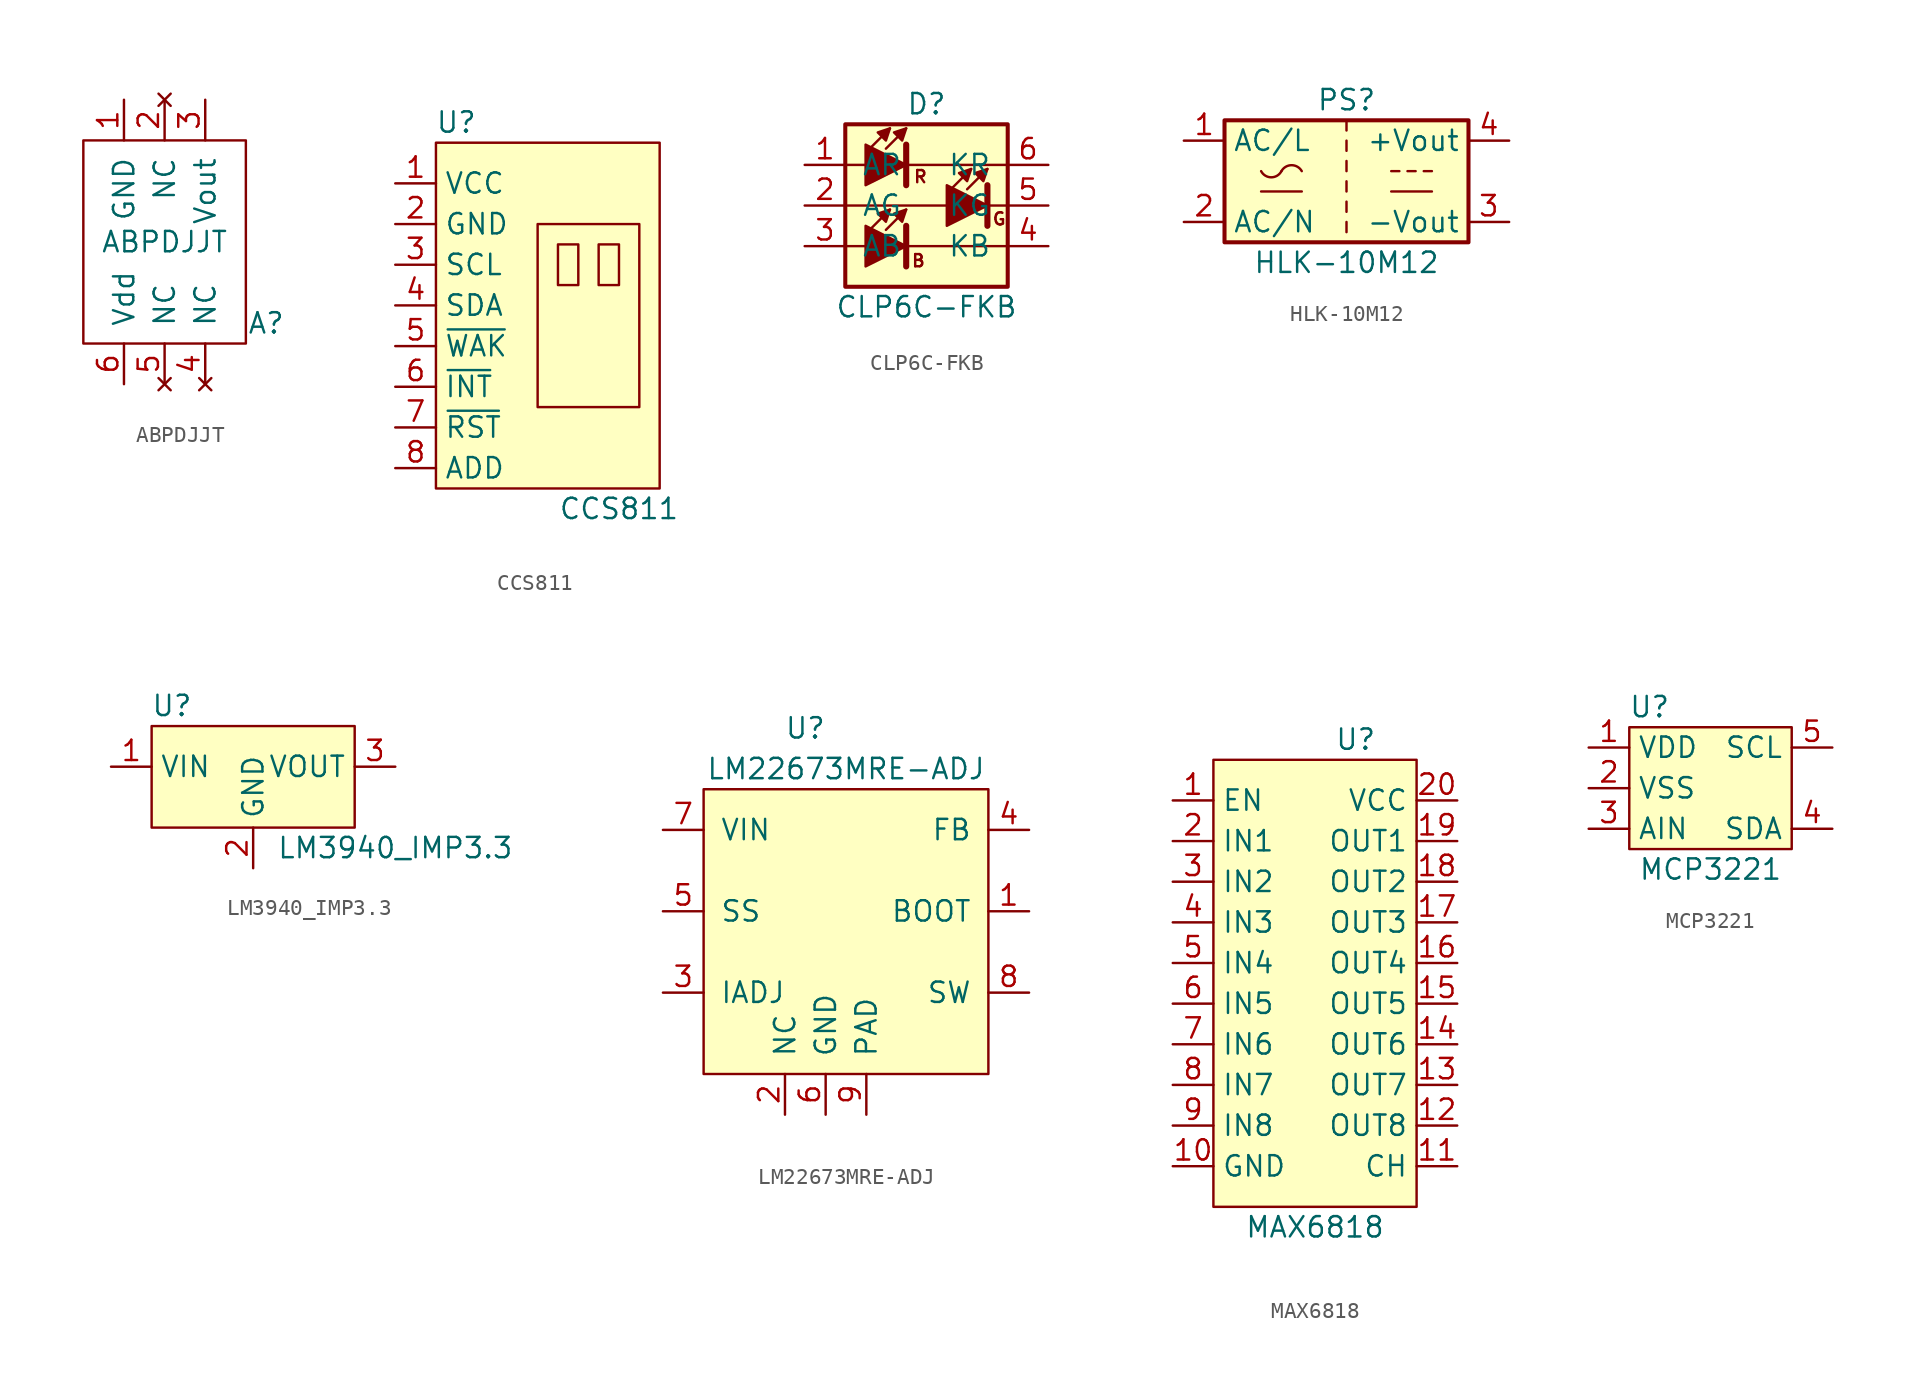
<source format=kicad_sym>
(kicad_symbol_lib
  (version 20220914)
  (generator kicad_symbol_editor)
  (symbol "ABPDJJT"
    (pin_names
      (offset 1.016))
    (property "Reference" "A"
      (at 6.35 -5.08 0)
      (effects (font (size 1.27 1.27))))
    (property "Value" "ABPDJJT"
      (at 0 0 0)
      (effects (font (size 1.27 1.27))))
    (symbol "ABPDJJT_0_1"
      (rectangle (start -5.08 6.35) (end 5.08 -6.35) (stroke (width 0) (type default)) (fill (type none))))
    (symbol "ABPDJJT_1_1"
      (pin power_in line (at -2.54 8.89 270) (length 2.54) (name "GND" (effects (font (size 1.27 1.27)))) (number "1" (effects (font (size 1.27 1.27)))))
      (pin no_connect line (at 0 8.89 270) (length 2.54) (name "NC" (effects (font (size 1.27 1.27)))) (number "2" (effects (font (size 1.27 1.27)))))
      (pin output line (at 2.54 8.89 270) (length 2.54) (name "Vout" (effects (font (size 1.27 1.27)))) (number "3" (effects (font (size 1.27 1.27)))))
      (pin no_connect line (at 2.54 -8.89 90) (length 2.54) (name "NC" (effects (font (size 1.27 1.27)))) (number "4" (effects (font (size 1.27 1.27)))))
      (pin no_connect line (at 0 -8.89 90) (length 2.54) (name "NC" (effects (font (size 1.27 1.27)))) (number "5" (effects (font (size 1.27 1.27)))))
      (pin power_in line (at -2.54 -8.89 90) (length 2.54) (name "Vdd" (effects (font (size 1.27 1.27)))) (number "6" (effects (font (size 1.27 1.27)))))))
  (symbol "CCS811"
    (property "Reference" "U"
      (at -5.08 12.7 0)
      (effects (font (size 1.27 1.27))))
    (property "Value" "CCS811"
      (at 5.08 -11.43 0)
      (effects (font (size 1.27 1.27))))
    (symbol "CCS811_0_1"
      (rectangle (start -6.35 11.43) (end 7.62 -10.16) (stroke (width 0) (type default)) (fill (type background)))
      (rectangle (start 0 6.35) (end 6.35 -5.08) (stroke (width 0) (type default)) (fill (type none)))
      (rectangle (start 1.27 5.08) (end 2.54 2.54) (stroke (width 0) (type default)) (fill (type none)))
      (rectangle (start 3.81 5.08) (end 5.08 2.54) (stroke (width 0) (type default)) (fill (type none))))
    (symbol "CCS811_1_1"
      (pin power_in line (at -8.89 8.89 0) (length 2.54) (name "VCC" (effects (font (size 1.27 1.27)))) (number "1" (effects (font (size 1.27 1.27)))))
      (pin power_in line (at -8.89 6.35 0) (length 2.54) (name "GND" (effects (font (size 1.27 1.27)))) (number "2" (effects (font (size 1.27 1.27)))))
      (pin open_collector line (at -8.89 3.81 0) (length 2.54) (name "SCL" (effects (font (size 1.27 1.27)))) (number "3" (effects (font (size 1.27 1.27)))))
      (pin open_collector line (at -8.89 1.27 0) (length 2.54) (name "SDA" (effects (font (size 1.27 1.27)))) (number "4" (effects (font (size 1.27 1.27)))))
      (pin input line (at -8.89 -1.27 0) (length 2.54) (name "~{WAK}" (effects (font (size 1.27 1.27)))) (number "5" (effects (font (size 1.27 1.27)))))
      (pin output line (at -8.89 -3.81 0) (length 2.54) (name "~{INT}" (effects (font (size 1.27 1.27)))) (number "6" (effects (font (size 1.27 1.27)))))
      (pin input line (at -8.89 -6.35 0) (length 2.54) (name "~{RST}" (effects (font (size 1.27 1.27)))) (number "7" (effects (font (size 1.27 1.27)))))
      (pin input line (at -8.89 -8.89 0) (length 2.54) (name "ADD" (effects (font (size 1.27 1.27)))) (number "8" (effects (font (size 1.27 1.27)))))))
  (symbol "CLP6C-FKB"
    (pin_names
      (offset 1.016))
    (property "Reference" "D"
      (at 0 6.35 0)
      (effects (font (size 1.27 1.27))))
    (property "Value" "CLP6C-FKB"
      (at 0 -6.35 0)
      (effects (font (size 1.27 1.27))))
    (symbol "CLP6C-FKB_0_0"
      (text "B" (at -0.508 -3.454 0) (effects (font (size 0.762 0.762))))
      (text "G" (at 4.547 -0.838 0) (effects (font (size 0.762 0.762))))
      (text "R" (at -0.381 1.803 0) (effects (font (size 0.762 0.762)))))
    (symbol "CLP6C-FKB_0_1"
      (rectangle (start -5.08 5.08) (end 5.08 -5.08) (stroke (width 0.254) (type default)) (fill (type background)))
      (polyline (pts (xy -5.08 -2.54) (xy -3.81 -2.54)) (stroke (width 0) (type default)) (fill (type none)))
      (polyline (pts (xy -5.08 0) (xy 1.27 0)) (stroke (width 0) (type default)) (fill (type none)))
      (polyline (pts (xy -3.81 2.54) (xy -5.08 2.54)) (stroke (width 0) (type default)) (fill (type none)))
      (polyline (pts (xy -3.556 -1.524) (xy -2.286 -0.254)) (stroke (width 0) (type default)) (fill (type none)))
      (polyline (pts (xy -3.556 3.556) (xy -2.286 4.826)) (stroke (width 0) (type default)) (fill (type none)))
      (polyline (pts (xy -2.54 -1.524) (xy -1.27 -0.254)) (stroke (width 0) (type default)) (fill (type none)))
      (polyline (pts (xy -2.54 3.556) (xy -1.27 4.826)) (stroke (width 0) (type default)) (fill (type none)))
      (polyline (pts (xy -1.27 -2.54) (xy 5.08 -2.54)) (stroke (width 0) (type default)) (fill (type none)))
      (polyline (pts (xy -1.27 -1.27) (xy -1.27 -3.81)) (stroke (width 0.381) (type default)) (fill (type none)))
      (polyline (pts (xy -1.27 2.54) (xy 5.08 2.54)) (stroke (width 0) (type default)) (fill (type none)))
      (polyline (pts (xy -1.27 3.81) (xy -1.27 1.27)) (stroke (width 0.381) (type default)) (fill (type none)))
      (polyline (pts (xy 1.524 1.016) (xy 2.794 2.286)) (stroke (width 0) (type default)) (fill (type none)))
      (polyline (pts (xy 2.54 1.016) (xy 3.81 2.286)) (stroke (width 0) (type default)) (fill (type none)))
      (polyline (pts (xy 3.81 0) (xy 5.08 0)) (stroke (width 0) (type default)) (fill (type none)))
      (polyline (pts (xy 3.81 1.27) (xy 3.81 -1.27)) (stroke (width 0.381) (type default)) (fill (type none)))
      (polyline (pts (xy -3.81 -1.27) (xy -3.81 -3.81) (xy -1.27 -2.54) (xy -3.81 -1.27)) (stroke (width 0) (type default)) (fill (type outline)))
      (polyline (pts (xy -3.81 3.81) (xy -3.81 1.27) (xy -1.27 2.54) (xy -3.81 3.81)) (stroke (width 0) (type default)) (fill (type outline)))
      (polyline (pts (xy -2.286 -0.254) (xy -2.54 -1.016) (xy -3.048 -0.508) (xy -2.286 -0.254)) (stroke (width 0) (type default)) (fill (type outline)))
      (polyline (pts (xy -2.286 4.826) (xy -2.54 4.064) (xy -3.048 4.572) (xy -2.286 4.826)) (stroke (width 0) (type default)) (fill (type outline)))
      (polyline (pts (xy -1.27 -0.254) (xy -1.524 -1.016) (xy -2.032 -0.508) (xy -1.27 -0.254)) (stroke (width 0) (type default)) (fill (type outline)))
      (polyline (pts (xy -1.27 4.826) (xy -1.524 4.064) (xy -2.032 4.572) (xy -1.27 4.826)) (stroke (width 0) (type default)) (fill (type outline)))
      (polyline (pts (xy 1.27 1.27) (xy 1.27 -1.27) (xy 3.81 0) (xy 1.27 1.27)) (stroke (width 0) (type default)) (fill (type outline)))
      (polyline (pts (xy 2.794 2.286) (xy 2.54 1.524) (xy 2.032 2.032) (xy 2.794 2.286)) (stroke (width 0) (type default)) (fill (type outline)))
      (polyline (pts (xy 3.81 2.286) (xy 3.556 1.524) (xy 3.048 2.032) (xy 3.81 2.286)) (stroke (width 0) (type default)) (fill (type outline))))
    (symbol "CLP6C-FKB_1_1"
      (pin passive line (at -7.62 2.54 0) (length 2.54) (name "AR" (effects (font (size 1.27 1.27)))) (number "1" (effects (font (size 1.27 1.27)))))
      (pin passive line (at -7.62 0 0) (length 2.54) (name "AG" (effects (font (size 1.27 1.27)))) (number "2" (effects (font (size 1.27 1.27)))))
      (pin passive line (at -7.62 -2.54 0) (length 2.54) (name "AB" (effects (font (size 1.27 1.27)))) (number "3" (effects (font (size 1.27 1.27)))))
      (pin passive line (at 7.62 -2.54 180) (length 2.54) (name "KB" (effects (font (size 1.27 1.27)))) (number "4" (effects (font (size 1.27 1.27)))))
      (pin passive line (at 7.62 0 180) (length 2.54) (name "KG" (effects (font (size 1.27 1.27)))) (number "5" (effects (font (size 1.27 1.27)))))
      (pin passive line (at 7.62 2.54 180) (length 2.54) (name "KR" (effects (font (size 1.27 1.27)))) (number "6" (effects (font (size 1.27 1.27)))))))
  (symbol "HLK-10M12"
    (property "Reference" "PS"
      (at 0 5.08 0)
      (effects (font (size 1.27 1.27))))
    (property "Value" "HLK-10M12"
      (at 0 -5.08 0)
      (effects (font (size 1.27 1.27))))
    (symbol "HLK-10M12_0_1"
      (rectangle (start -7.62 3.81) (end 7.62 -3.81) (stroke (width 0.254) (type default)) (fill (type background)))
      (arc (start -5.334 0.635) (mid -4.699 0.2495) (end -4.064 0.635) (stroke (width 0) (type default)) (fill (type none)))
      (arc (start -2.794 0.635) (mid -3.429 1.0072) (end -4.064 0.635) (stroke (width 0) (type default)) (fill (type none)))
      (polyline (pts (xy -5.334 -0.635) (xy -2.794 -0.635)) (stroke (width 0) (type default)) (fill (type none)))
      (polyline (pts (xy 0 -2.54) (xy 0 -3.175)) (stroke (width 0) (type default)) (fill (type none)))
      (polyline (pts (xy 0 -1.27) (xy 0 -1.905)) (stroke (width 0) (type default)) (fill (type none)))
      (polyline (pts (xy 0 0) (xy 0 -0.635)) (stroke (width 0) (type default)) (fill (type none)))
      (polyline (pts (xy 0 1.27) (xy 0 0.635)) (stroke (width 0) (type default)) (fill (type none)))
      (polyline (pts (xy 0 2.54) (xy 0 1.905)) (stroke (width 0) (type default)) (fill (type none)))
      (polyline (pts (xy 0 3.81) (xy 0 3.175)) (stroke (width 0) (type default)) (fill (type none)))
      (polyline (pts (xy 2.794 -0.635) (xy 5.334 -0.635)) (stroke (width 0) (type default)) (fill (type none)))
      (polyline (pts (xy 2.794 0.635) (xy 3.302 0.635)) (stroke (width 0) (type default)) (fill (type none)))
      (polyline (pts (xy 3.81 0.635) (xy 4.318 0.635)) (stroke (width 0) (type default)) (fill (type none)))
      (polyline (pts (xy 4.826 0.635) (xy 5.334 0.635)) (stroke (width 0) (type default)) (fill (type none))))
    (symbol "HLK-10M12_1_1"
      (pin power_in line (at -10.16 2.54 0) (length 2.54) (name "AC/L" (effects (font (size 1.27 1.27)))) (number "1" (effects (font (size 1.27 1.27)))))
      (pin power_in line (at -10.16 -2.54 0) (length 2.54) (name "AC/N" (effects (font (size 1.27 1.27)))) (number "2" (effects (font (size 1.27 1.27)))))
      (pin power_out line (at 10.16 -2.54 180) (length 2.54) (name "-Vout" (effects (font (size 1.27 1.27)))) (number "3" (effects (font (size 1.27 1.27)))))
      (pin power_out line (at 10.16 2.54 180) (length 2.54) (name "+Vout" (effects (font (size 1.27 1.27)))) (number "4" (effects (font (size 1.27 1.27)))))))
  (symbol "LM3940_IMP3.3"
    (property "Reference" "U"
      (at -5.08 3.81 0)
      (effects (font (size 1.27 1.27))))
    (property "Value" "LM3940_IMP3.3"
      (at 8.89 -5.08 0)
      (effects (font (size 1.27 1.27))))
    (symbol "LM3940_IMP3.3_0_1"
      (rectangle (start -6.35 2.54) (end 6.35 -3.81) (stroke (width 0) (type default)) (fill (type background))))
    (symbol "LM3940_IMP3.3_1_1"
      (pin power_in line (at -8.89 0 0) (length 2.54) (name "VIN" (effects (font (size 1.27 1.27)))) (number "1" (effects (font (size 1.27 1.27)))))
      (pin input line (at 0 -6.35 90) (length 2.54) (name "GND" (effects (font (size 1.27 1.27)))) (number "2" (effects (font (size 1.27 1.27)))))
      (pin power_out line (at 8.89 0 180) (length 2.54) (name "VOUT" (effects (font (size 1.27 1.27)))) (number "3" (effects (font (size 1.27 1.27)))))))
  (symbol "LM22673MRE-ADJ"
    (pin_names
      (offset 1.016))
    (property "Reference" "U"
      (at -2.54 13.97 0)
      (effects (font (size 1.27 1.27))))
    (property "Value" "LM22673MRE-ADJ"
      (at 0 11.43 0)
      (effects (font (size 1.27 1.27))))
    (symbol "LM22673MRE-ADJ_0_1"
      (rectangle (start -8.89 10.16) (end 8.89 -7.62) (stroke (width 0) (type default)) (fill (type background))))
    (symbol "LM22673MRE-ADJ_1_1"
      (pin input line (at 11.43 2.54 180) (length 2.54) (name "BOOT" (effects (font (size 1.27 1.27)))) (number "1" (effects (font (size 1.27 1.27)))))
      (pin passive line (at -3.81 -10.16 90) (length 2.54) (name "NC" (effects (font (size 1.27 1.27)))) (number "2" (effects (font (size 1.27 1.27)))))
      (pin input line (at -11.43 -2.54 0) (length 2.54) (name "IADJ" (effects (font (size 1.27 1.27)))) (number "3" (effects (font (size 1.27 1.27)))))
      (pin input line (at 11.43 7.62 180) (length 2.54) (name "FB" (effects (font (size 1.27 1.27)))) (number "4" (effects (font (size 1.27 1.27)))))
      (pin input line (at -11.43 2.54 0) (length 2.54) (name "SS" (effects (font (size 1.27 1.27)))) (number "5" (effects (font (size 1.27 1.27)))))
      (pin power_in line (at -1.27 -10.16 90) (length 2.54) (name "GND" (effects (font (size 1.27 1.27)))) (number "6" (effects (font (size 1.27 1.27)))))
      (pin power_in line (at -11.43 7.62 0) (length 2.54) (name "VIN" (effects (font (size 1.27 1.27)))) (number "7" (effects (font (size 1.27 1.27)))))
      (pin power_out line (at 11.43 -2.54 180) (length 2.54) (name "SW" (effects (font (size 1.27 1.27)))) (number "8" (effects (font (size 1.27 1.27)))))
      (pin power_in line (at 1.27 -10.16 90) (length 2.54) (name "PAD" (effects (font (size 1.27 1.27)))) (number "9" (effects (font (size 1.27 1.27)))))))
  (symbol "MAX6818"
    (property "Reference" "U"
      (at 2.54 15.24 0)
      (effects (font (size 1.27 1.27))))
    (property "Value" "MAX6818"
      (at 0 -15.24 0)
      (effects (font (size 1.27 1.27))))
    (symbol "MAX6818_0_1"
      (rectangle (start -6.35 13.97) (end 6.35 -13.97) (stroke (width 0) (type default)) (fill (type background))))
    (symbol "MAX6818_1_1"
      (pin input line (at -8.89 11.43 0) (length 2.54) (name "EN" (effects (font (size 1.27 1.27)))) (number "1" (effects (font (size 1.27 1.27)))))
      (pin power_in line (at -8.89 -11.43 0) (length 2.54) (name "GND" (effects (font (size 1.27 1.27)))) (number "10" (effects (font (size 1.27 1.27)))))
      (pin output line (at 8.89 -11.43 180) (length 2.54) (name "CH" (effects (font (size 1.27 1.27)))) (number "11" (effects (font (size 1.27 1.27)))))
      (pin output line (at 8.89 -8.89 180) (length 2.54) (name "OUT8" (effects (font (size 1.27 1.27)))) (number "12" (effects (font (size 1.27 1.27)))))
      (pin output line (at 8.89 -6.35 180) (length 2.54) (name "OUT7" (effects (font (size 1.27 1.27)))) (number "13" (effects (font (size 1.27 1.27)))))
      (pin output line (at 8.89 -3.81 180) (length 2.54) (name "OUT6" (effects (font (size 1.27 1.27)))) (number "14" (effects (font (size 1.27 1.27)))))
      (pin output line (at 8.89 -1.27 180) (length 2.54) (name "OUT5" (effects (font (size 1.27 1.27)))) (number "15" (effects (font (size 1.27 1.27)))))
      (pin output line (at 8.89 1.27 180) (length 2.54) (name "OUT4" (effects (font (size 1.27 1.27)))) (number "16" (effects (font (size 1.27 1.27)))))
      (pin output line (at 8.89 3.81 180) (length 2.54) (name "OUT3" (effects (font (size 1.27 1.27)))) (number "17" (effects (font (size 1.27 1.27)))))
      (pin output line (at 8.89 6.35 180) (length 2.54) (name "OUT2" (effects (font (size 1.27 1.27)))) (number "18" (effects (font (size 1.27 1.27)))))
      (pin output line (at 8.89 8.89 180) (length 2.54) (name "OUT1" (effects (font (size 1.27 1.27)))) (number "19" (effects (font (size 1.27 1.27)))))
      (pin input line (at -8.89 8.89 0) (length 2.54) (name "IN1" (effects (font (size 1.27 1.27)))) (number "2" (effects (font (size 1.27 1.27)))))
      (pin power_in line (at 8.89 11.43 180) (length 2.54) (name "VCC" (effects (font (size 1.27 1.27)))) (number "20" (effects (font (size 1.27 1.27)))))
      (pin input line (at -8.89 6.35 0) (length 2.54) (name "IN2" (effects (font (size 1.27 1.27)))) (number "3" (effects (font (size 1.27 1.27)))))
      (pin input line (at -8.89 3.81 0) (length 2.54) (name "IN3" (effects (font (size 1.27 1.27)))) (number "4" (effects (font (size 1.27 1.27)))))
      (pin input line (at -8.89 1.27 0) (length 2.54) (name "IN4" (effects (font (size 1.27 1.27)))) (number "5" (effects (font (size 1.27 1.27)))))
      (pin input line (at -8.89 -1.27 0) (length 2.54) (name "IN5" (effects (font (size 1.27 1.27)))) (number "6" (effects (font (size 1.27 1.27)))))
      (pin input line (at -8.89 -3.81 0) (length 2.54) (name "IN6" (effects (font (size 1.27 1.27)))) (number "7" (effects (font (size 1.27 1.27)))))
      (pin input line (at -8.89 -6.35 0) (length 2.54) (name "IN7" (effects (font (size 1.27 1.27)))) (number "8" (effects (font (size 1.27 1.27)))))
      (pin input line (at -8.89 -8.89 0) (length 2.54) (name "IN8" (effects (font (size 1.27 1.27)))) (number "9" (effects (font (size 1.27 1.27)))))))
  (symbol "MCP3221"
    (property "Reference" "U"
      (at -3.81 5.08 0)
      (effects (font (size 1.27 1.27))))
    (property "Value" "MCP3221"
      (at 0 -5.08 0)
      (effects (font (size 1.27 1.27))))
    (symbol "MCP3221_0_1"
      (rectangle (start -5.08 3.81) (end 5.08 -3.81) (stroke (width 0) (type default)) (fill (type background))))
    (symbol "MCP3221_1_1"
      (pin power_in line (at -7.62 2.54 0) (length 2.54) (name "VDD" (effects (font (size 1.27 1.27)))) (number "1" (effects (font (size 1.27 1.27)))))
      (pin power_in line (at -7.62 0 0) (length 2.54) (name "VSS" (effects (font (size 1.27 1.27)))) (number "2" (effects (font (size 1.27 1.27)))))
      (pin input line (at -7.62 -2.54 0) (length 2.54) (name "AIN" (effects (font (size 1.27 1.27)))) (number "3" (effects (font (size 1.27 1.27)))))
      (pin open_collector line (at 7.62 -2.54 180) (length 2.54) (name "SDA" (effects (font (size 1.27 1.27)))) (number "4" (effects (font (size 1.27 1.27)))))
      (pin open_collector line (at 7.62 2.54 180) (length 2.54) (name "SCL" (effects (font (size 1.27 1.27)))) (number "5" (effects (font (size 1.27 1.27))))))))
</source>
